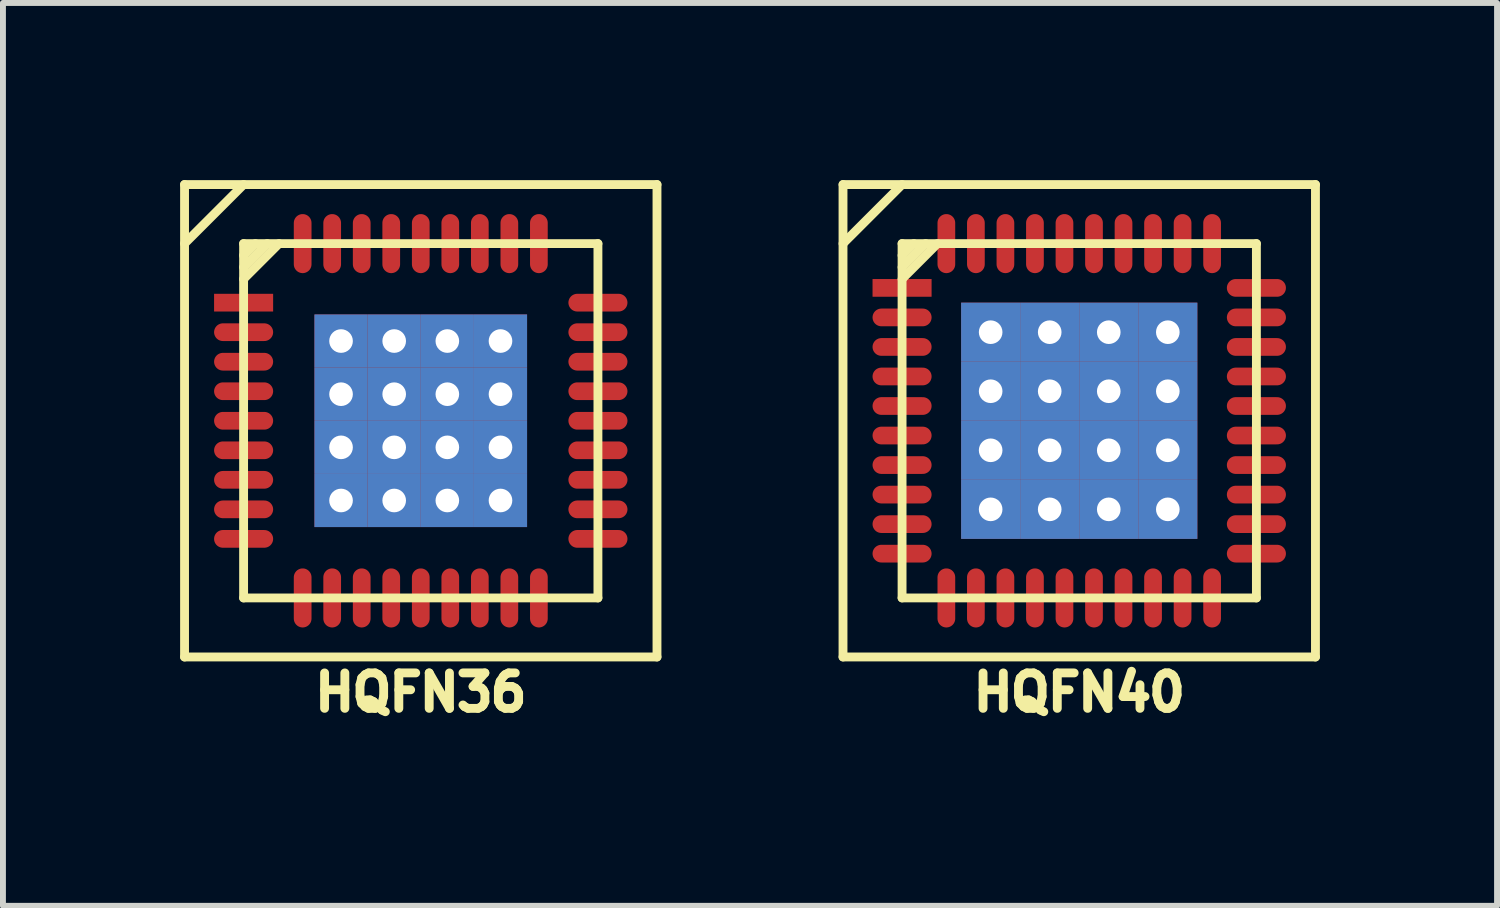
<source format=kicad_pcb>
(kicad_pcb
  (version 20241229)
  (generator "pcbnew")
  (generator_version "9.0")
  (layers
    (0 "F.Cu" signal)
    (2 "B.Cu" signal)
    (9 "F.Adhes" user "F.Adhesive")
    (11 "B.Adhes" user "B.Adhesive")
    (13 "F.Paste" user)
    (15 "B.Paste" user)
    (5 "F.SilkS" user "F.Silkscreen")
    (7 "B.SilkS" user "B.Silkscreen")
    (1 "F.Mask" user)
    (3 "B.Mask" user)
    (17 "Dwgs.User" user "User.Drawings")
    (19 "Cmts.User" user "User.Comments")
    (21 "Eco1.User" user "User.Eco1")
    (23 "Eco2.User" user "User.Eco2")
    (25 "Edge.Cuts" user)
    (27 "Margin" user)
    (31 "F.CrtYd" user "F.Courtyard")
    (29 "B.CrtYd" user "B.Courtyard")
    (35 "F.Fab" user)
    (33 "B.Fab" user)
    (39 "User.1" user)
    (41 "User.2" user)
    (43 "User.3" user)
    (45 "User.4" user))
  (footprint "HQFN40"
    (layer "F.Cu")
    (at 15.225 4.075)
    (property "Reference" "HQFN40" (at 0 4.6 180) (layer "F.SilkS") (effects (font (size 0.6 0.6) (thickness 0.15))))
    (attr smd)
    (fp_line (start -4 -4) (end -4 4) (stroke (width 0.15) (type solid)) (layer "F.SilkS"))
    (fp_line (start -4 4) (end 4 4) (stroke (width 0.15) (type solid)) (layer "F.SilkS"))
    (fp_line (start -3 -4) (end -4 -3) (stroke (width 0.15) (type solid)) (layer "F.SilkS"))
    (fp_line (start -3 -3) (end -3 3) (stroke (width 0.15) (type solid)) (layer "F.SilkS"))
    (fp_line (start -3 3) (end 3 3) (stroke (width 0.15) (type solid)) (layer "F.SilkS"))
    (fp_line (start -2.8 -3) (end -3 -2.8) (stroke (width 0.15) (type solid)) (layer "F.SilkS"))
    (fp_line (start -2.6 -3) (end -3 -2.6) (stroke (width 0.15) (type solid)) (layer "F.SilkS"))
    (fp_line (start -2.4 -3) (end -3 -2.4) (stroke (width 0.15) (type solid)) (layer "F.SilkS"))
    (fp_line (start 3 -3) (end -3 -3) (stroke (width 0.15) (type solid)) (layer "F.SilkS"))
    (fp_line (start 3 3) (end 3 -3) (stroke (width 0.15) (type solid)) (layer "F.SilkS"))
    (fp_line (start 4 -4) (end -4 -4) (stroke (width 0.15) (type solid)) (layer "F.SilkS"))
    (fp_line (start 4 4) (end 4 -4) (stroke (width 0.15) (type solid)) (layer "F.SilkS"))
    (pad "1" smd rect (at -3 -2.25) (size 1 0.3) (layers "F.Cu" "F.Mask"))
    (pad "2" smd oval (at -3 -1.75) (size 1 0.3) (layers "F.Cu" "F.Mask"))
    (pad "3" smd oval (at -3 -1.25) (size 1 0.3) (layers "F.Cu" "F.Mask"))
    (pad "4" smd oval (at -3 -0.75) (size 1 0.3) (layers "F.Cu" "F.Mask"))
    (pad "4" smd oval (at -3 -0.25) (size 1 0.3) (layers "F.Cu" "F.Mask"))
    (pad "6" smd oval (at -3 0.25) (size 1 0.3) (layers "F.Cu" "F.Mask"))
    (pad "7" smd oval (at -3 0.75) (size 1 0.3) (layers "F.Cu" "F.Mask"))
    (pad "8" smd oval (at -3 1.25) (size 1 0.3) (layers "F.Cu" "F.Mask"))
    (pad "9" smd oval (at -3 1.75) (size 1 0.3) (layers "F.Cu" "F.Mask"))
    (pad "10" smd oval (at -3 2.25) (size 1 0.3) (layers "F.Cu" "F.Mask"))
    (pad "11" smd oval (at -2.25 3) (size 0.3 1) (layers "F.Cu" "F.Mask"))
    (pad "12" smd oval (at -1.75 3) (size 0.3 1) (layers "F.Cu" "F.Mask"))
    (pad "13" smd oval (at -1.25 3) (size 0.3 1) (layers "F.Cu" "F.Mask"))
    (pad "14" smd oval (at -0.75 3) (size 0.3 1) (layers "F.Cu" "F.Mask"))
    (pad "15" smd oval (at -0.25 3) (size 0.3 1) (layers "F.Cu" "F.Mask"))
    (pad "16" smd oval (at 0.25 3) (size 0.3 1) (layers "F.Cu" "F.Mask"))
    (pad "17" smd oval (at 0.75 3) (size 0.3 1) (layers "F.Cu" "F.Mask"))
    (pad "18" smd oval (at 1.25 3) (size 0.3 1) (layers "F.Cu" "F.Mask"))
    (pad "19" smd oval (at 1.75 3) (size 0.3 1) (layers "F.Cu" "F.Mask"))
    (pad "20" smd oval (at 2.25 3) (size 0.3 1) (layers "F.Cu" "F.Mask"))
    (pad "21" smd oval (at 3 2.25) (size 1 0.3) (layers "F.Cu" "F.Mask"))
    (pad "22" smd oval (at 3 1.75) (size 1 0.3) (layers "F.Cu" "F.Mask"))
    (pad "23" smd oval (at 3 1.25) (size 1 0.3) (layers "F.Cu" "F.Mask"))
    (pad "24" smd oval (at 3 0.75) (size 1 0.3) (layers "F.Cu" "F.Mask"))
    (pad "25" smd oval (at 3 0.25) (size 1 0.3) (layers "F.Cu" "F.Mask"))
    (pad "26" smd oval (at 3 -0.25) (size 1 0.3) (layers "F.Cu" "F.Mask"))
    (pad "27" smd oval (at 3 -0.75) (size 1 0.3) (layers "F.Cu" "F.Mask"))
    (pad "28" smd oval (at 3 -1.25) (size 1 0.3) (layers "F.Cu" "F.Mask"))
    (pad "29" smd oval (at 3 -1.75) (size 1 0.3) (layers "F.Cu" "F.Mask"))
    (pad "30" smd oval (at 3 -2.25) (size 1 0.3) (layers "F.Cu" "F.Mask"))
    (pad "31" smd oval (at 2.25 -3) (size 0.3 1) (layers "F.Cu" "F.Mask"))
    (pad "32" smd oval (at 1.75 -3) (size 0.3 1) (layers "F.Cu" "F.Mask"))
    (pad "33" smd oval (at 1.25 -3) (size 0.3 1) (layers "F.Cu" "F.Mask"))
    (pad "34" smd oval (at 0.75 -3) (size 0.3 1) (layers "F.Cu" "F.Mask"))
    (pad "35" smd oval (at 0.25 -3) (size 0.3 1) (layers "F.Cu" "F.Mask"))
    (pad "36" smd oval (at -0.25 -3) (size 0.3 1) (layers "F.Cu" "F.Mask"))
    (pad "37" smd oval (at -0.75 -3) (size 0.3 1) (layers "F.Cu" "F.Mask"))
    (pad "38" smd oval (at -1.25 -3) (size 0.3 1) (layers "F.Cu" "F.Mask"))
    (pad "39" smd oval (at -1.75 -3) (size 0.3 1) (layers "F.Cu" "F.Mask"))
    (pad "40" smd oval (at -2.25 -3) (size 0.3 1) (layers "F.Cu" "F.Mask"))
    (pad "PAD" thru_hole rect (at -1.5 -1.5) (size 1 1) (drill 0.4) (layers "*.Cu" "*.Mask" "F.Paste"))
    (pad "PAD" thru_hole rect (at -1.5 -0.5) (size 1 1) (drill 0.4) (layers "*.Cu" "*.Mask" "F.Paste"))
    (pad "PAD" thru_hole rect (at -1.5 0.5) (size 1 1) (drill 0.4) (layers "*.Cu" "*.Mask" "F.Paste"))
    (pad "PAD" thru_hole rect (at -1.5 1.5) (size 1 1) (drill 0.4) (layers "*.Cu" "*.Mask" "F.Paste"))
    (pad "PAD" thru_hole rect (at -0.5 -1.5) (size 1 1) (drill 0.4) (layers "*.Cu" "*.Mask" "F.Paste"))
    (pad "PAD" thru_hole rect (at -0.5 -0.5) (size 1 1) (drill 0.4) (layers "*.Cu" "*.Mask" "F.Paste"))
    (pad "PAD" thru_hole rect (at -0.5 0.5) (size 1 1) (drill 0.4) (layers "*.Cu" "*.Mask" "F.Paste"))
    (pad "PAD" thru_hole rect (at -0.5 1.5) (size 1 1) (drill 0.4) (layers "*.Cu" "*.Mask" "F.Paste"))
    (pad "PAD" thru_hole rect (at 0.5 -1.5) (size 1 1) (drill 0.4) (layers "*.Cu" "*.Mask" "F.Paste"))
    (pad "PAD" thru_hole rect (at 0.5 -0.5) (size 1 1) (drill 0.4) (layers "*.Cu" "*.Mask" "F.Paste"))
    (pad "PAD" thru_hole rect (at 0.5 0.5) (size 1 1) (drill 0.4) (layers "*.Cu" "*.Mask" "F.Paste"))
    (pad "PAD" thru_hole rect (at 0.5 1.5) (size 1 1) (drill 0.4) (layers "*.Cu" "*.Mask" "F.Paste"))
    (pad "PAD" thru_hole rect (at 1.5 -1.5) (size 1 1) (drill 0.4) (layers "*.Cu" "*.Mask" "F.Paste"))
    (pad "PAD" thru_hole rect (at 1.5 -0.5) (size 1 1) (drill 0.4) (layers "*.Cu" "*.Mask" "F.Paste"))
    (pad "PAD" thru_hole rect (at 1.5 0.5) (size 1 1) (drill 0.4) (layers "*.Cu" "*.Mask" "F.Paste"))
    (pad "PAD" thru_hole rect (at 1.5 1.5) (size 1 1) (drill 0.4) (layers "*.Cu" "*.Mask" "F.Paste")))
  (footprint "HQFN36"
    (layer "F.Cu")
    (at 4.075 4.075)
    (property "Reference" "HQFN36" (at 0 4.6 180) (layer "F.SilkS") (effects (font (size 0.6 0.6) (thickness 0.15))))
    (attr smd)
    (fp_line (start -4 -4) (end -4 4) (stroke (width 0.15) (type solid)) (layer "F.SilkS"))
    (fp_line (start -4 4) (end 4 4) (stroke (width 0.15) (type solid)) (layer "F.SilkS"))
    (fp_line (start -3 -4) (end -4 -3) (stroke (width 0.15) (type solid)) (layer "F.SilkS"))
    (fp_line (start -3 -3) (end -3 3) (stroke (width 0.15) (type solid)) (layer "F.SilkS"))
    (fp_line (start -3 3) (end 3 3) (stroke (width 0.15) (type solid)) (layer "F.SilkS"))
    (fp_line (start -2.8 -3) (end -3 -2.8) (stroke (width 0.15) (type solid)) (layer "F.SilkS"))
    (fp_line (start -2.6 -3) (end -3 -2.6) (stroke (width 0.15) (type solid)) (layer "F.SilkS"))
    (fp_line (start -2.4 -3) (end -3 -2.4) (stroke (width 0.15) (type solid)) (layer "F.SilkS"))
    (fp_line (start 3 -3) (end -3 -3) (stroke (width 0.15) (type solid)) (layer "F.SilkS"))
    (fp_line (start 3 3) (end 3 -3) (stroke (width 0.15) (type solid)) (layer "F.SilkS"))
    (fp_line (start 4 -4) (end -4 -4) (stroke (width 0.15) (type solid)) (layer "F.SilkS"))
    (fp_line (start 4 4) (end 4 -4) (stroke (width 0.15) (type solid)) (layer "F.SilkS"))
    (pad "1" smd rect (at -3 -2) (size 1 0.3) (layers "F.Cu" "F.Mask" "F.Paste"))
    (pad "2" smd oval (at -3 -1.5) (size 1 0.3) (layers "F.Cu" "F.Mask" "F.Paste"))
    (pad "3" smd oval (at -3 -1) (size 1 0.3) (layers "F.Cu" "F.Mask" "F.Paste"))
    (pad "4" smd oval (at -3 -0.5) (size 1 0.3) (layers "F.Cu" "F.Mask" "F.Paste"))
    (pad "5" smd oval (at -3 0) (size 1 0.3) (layers "F.Cu" "F.Mask" "F.Paste"))
    (pad "6" smd oval (at -3 0.5) (size 1 0.3) (layers "F.Cu" "F.Mask" "F.Paste"))
    (pad "7" smd oval (at -3 1) (size 1 0.3) (layers "F.Cu" "F.Mask" "F.Paste"))
    (pad "8" smd oval (at -3 1.5) (size 1 0.3) (layers "F.Cu" "F.Mask" "F.Paste"))
    (pad "9" smd oval (at -3 2) (size 1 0.3) (layers "F.Cu" "F.Mask" "F.Paste"))
    (pad "10" smd oval (at -2 3 90) (size 1 0.3) (layers "F.Cu" "F.Mask" "F.Paste"))
    (pad "11" smd oval (at -1.5 3 90) (size 1 0.3) (layers "F.Cu" "F.Mask" "F.Paste"))
    (pad "12" smd oval (at -1 3 90) (size 1 0.3) (layers "F.Cu" "F.Mask" "F.Paste"))
    (pad "13" smd oval (at -0.5 3 90) (size 1 0.3) (layers "F.Cu" "F.Mask" "F.Paste"))
    (pad "14" smd oval (at 0 3 90) (size 1 0.3) (layers "F.Cu" "F.Mask" "F.Paste"))
    (pad "15" smd oval (at 0.5 3 90) (size 1 0.3) (layers "F.Cu" "F.Mask" "F.Paste"))
    (pad "16" smd oval (at 1 3 90) (size 1 0.3) (layers "F.Cu" "F.Mask" "F.Paste"))
    (pad "17" smd oval (at 1.5 3 90) (size 1 0.3) (layers "F.Cu" "F.Mask" "F.Paste"))
    (pad "18" smd oval (at 2 3 90) (size 1 0.3) (layers "F.Cu" "F.Mask" "F.Paste"))
    (pad "19" smd oval (at 3 2) (size 1 0.3) (layers "F.Cu" "F.Mask" "F.Paste"))
    (pad "20" smd oval (at 3 1.5) (size 1 0.3) (layers "F.Cu" "F.Mask" "F.Paste"))
    (pad "21" smd oval (at 3 1) (size 1 0.3) (layers "F.Cu" "F.Mask" "F.Paste"))
    (pad "22" smd oval (at 3 0.5) (size 1 0.3) (layers "F.Cu" "F.Mask" "F.Paste"))
    (pad "23" smd oval (at 3 0) (size 1 0.3) (layers "F.Cu" "F.Mask" "F.Paste"))
    (pad "24" smd oval (at 3 -0.5) (size 1 0.3) (layers "F.Cu" "F.Mask" "F.Paste"))
    (pad "25" smd oval (at 3 -1) (size 1 0.3) (layers "F.Cu" "F.Mask" "F.Paste"))
    (pad "26" smd oval (at 3 -1.5) (size 1 0.3) (layers "F.Cu" "F.Mask" "F.Paste"))
    (pad "27" smd oval (at 3 -2) (size 1 0.3) (layers "F.Cu" "F.Mask" "F.Paste"))
    (pad "28" smd oval (at 2 -3 90) (size 1 0.3) (layers "F.Cu" "F.Mask" "F.Paste"))
    (pad "29" smd oval (at 1.5 -3 90) (size 1 0.3) (layers "F.Cu" "F.Mask" "F.Paste"))
    (pad "30" smd oval (at 1 -3 90) (size 1 0.3) (layers "F.Cu" "F.Mask" "F.Paste"))
    (pad "31" smd oval (at 0.5 -3 90) (size 1 0.3) (layers "F.Cu" "F.Mask" "F.Paste"))
    (pad "32" smd oval (at 0 -3 90) (size 1 0.3) (layers "F.Cu" "F.Mask" "F.Paste"))
    (pad "33" smd oval (at -0.5 -3 90) (size 1 0.3) (layers "F.Cu" "F.Mask" "F.Paste"))
    (pad "34" smd oval (at -1 -3 90) (size 1 0.3) (layers "F.Cu" "F.Mask" "F.Paste"))
    (pad "35" smd oval (at -1.5 -3 90) (size 1 0.3) (layers "F.Cu" "F.Mask" "F.Paste"))
    (pad "36" smd oval (at -2 -3 90) (size 1 0.3) (layers "F.Cu" "F.Mask" "F.Paste"))
    (pad "PAD" thru_hole rect (at -1.35 -1.35) (size 0.9 0.9) (drill 0.4) (layers "*.Cu" "*.Mask" "F.Paste"))
    (pad "PAD" thru_hole rect (at -1.35 -0.45) (size 0.9 0.9) (drill 0.4) (layers "*.Cu" "*.Mask" "F.Paste"))
    (pad "PAD" thru_hole rect (at -1.35 0.45) (size 0.9 0.9) (drill 0.4) (layers "*.Cu" "*.Mask" "F.Paste"))
    (pad "PAD" thru_hole rect (at -1.35 1.35) (size 0.9 0.9) (drill 0.4) (layers "*.Cu" "*.Mask" "F.Paste"))
    (pad "PAD" thru_hole rect (at -0.45 -1.35) (size 0.9 0.9) (drill 0.4) (layers "*.Cu" "*.Mask" "F.Paste"))
    (pad "PAD" thru_hole rect (at -0.45 -0.45) (size 0.9 0.9) (drill 0.4) (layers "*.Cu" "*.Mask" "F.Paste"))
    (pad "PAD" thru_hole rect (at -0.45 0.45) (size 0.9 0.9) (drill 0.4) (layers "*.Cu" "*.Mask" "F.Paste"))
    (pad "PAD" thru_hole rect (at -0.45 1.35) (size 0.9 0.9) (drill 0.4) (layers "*.Cu" "*.Mask" "F.Paste"))
    (pad "PAD" thru_hole rect (at 0.45 -1.35) (size 0.9 0.9) (drill 0.4) (layers "*.Cu" "*.Mask" "F.Paste"))
    (pad "PAD" thru_hole rect (at 0.45 -0.45) (size 0.9 0.9) (drill 0.4) (layers "*.Cu" "*.Mask" "F.Paste"))
    (pad "PAD" thru_hole rect (at 0.45 0.45) (size 0.9 0.9) (drill 0.4) (layers "*.Cu" "*.Mask" "F.Paste"))
    (pad "PAD" thru_hole rect (at 0.45 1.35) (size 0.9 0.9) (drill 0.4) (layers "*.Cu" "*.Mask" "F.Paste"))
    (pad "PAD" thru_hole rect (at 1.35 -1.35) (size 0.9 0.9) (drill 0.4) (layers "*.Cu" "*.Mask" "F.Paste"))
    (pad "PAD" thru_hole rect (at 1.35 -0.45) (size 0.9 0.9) (drill 0.4) (layers "*.Cu" "*.Mask" "F.Paste"))
    (pad "PAD" thru_hole rect (at 1.35 0.45) (size 0.9 0.9) (drill 0.4) (layers "*.Cu" "*.Mask" "F.Paste"))
    (pad "PAD" thru_hole rect (at 1.35 1.35) (size 0.9 0.9) (drill 0.4) (layers "*.Cu" "*.Mask" "F.Paste")))
  (gr_rect
    (start -3 -3)
    (end 22.3 12.289)
    (stroke (width 0.1) (type default))
    (fill no)
    (layer "Edge.Cuts")))
</source>
